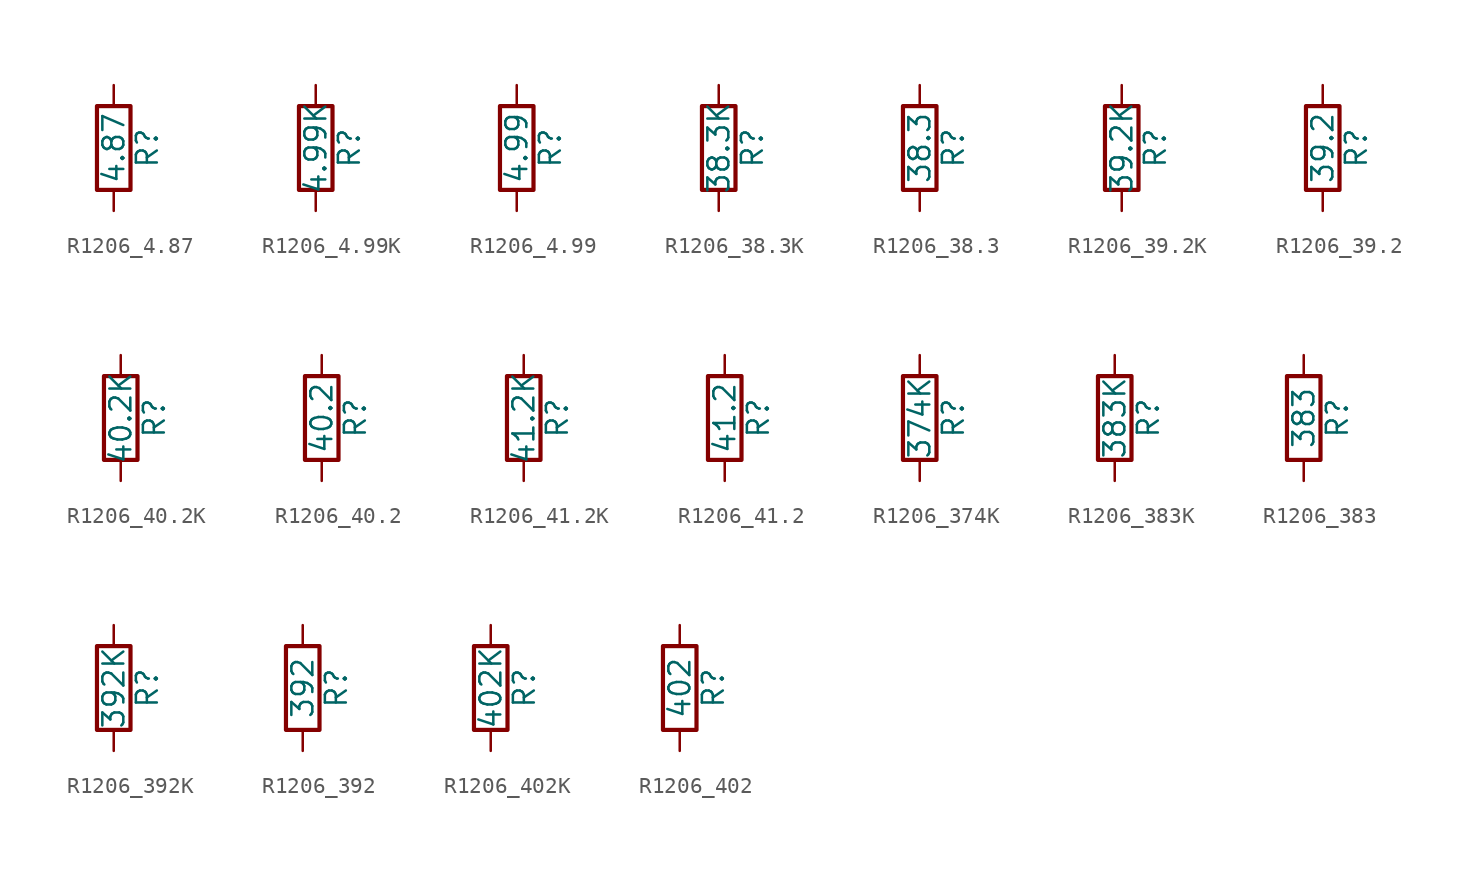
<source format=kicad_sym>
(kicad_symbol_lib
  (version 20211014)
  (generator atlantix-eda)
  (symbol "R1206_4.87"
    (pin_numbers hide)
    (pin_names
      (offset 0))
    (property "Reference" "R"
      (at 2.032 0 90)
      (effects (font (size 1.27 1.27))))
    (property "Value" "4.87"
      (at 0 0 90)
      (effects (font (size 1.27 1.27))))
    (symbol "R1206_4.87_0_1"
      (rectangle (start -1.016 -2.54) (end 1.016 2.54) (stroke (width 0.254) (type default) (color 0 0 0 0)) (fill (type none))))
    (symbol "R1206_4.87_1_1"
      (pin passive line (at 0 3.81 270) (length 1.27) (name "~" (effects (font (size 1.27 1.27)))) (number "1" (effects (font (size 1.27 1.27)))))
      (pin passive line (at 0 -3.81 90) (length 1.27) (name "~" (effects (font (size 1.27 1.27)))) (number "2" (effects (font (size 1.27 1.27)))))))
  (symbol "R1206_4.99K"
    (pin_numbers hide)
    (pin_names
      (offset 0))
    (property "Reference" "R"
      (at 2.032 0 90)
      (effects (font (size 1.27 1.27))))
    (property "Value" "4.99K"
      (at 0 0 90)
      (effects (font (size 1.27 1.27))))
    (symbol "R1206_4.99K_0_1"
      (rectangle (start -1.016 -2.54) (end 1.016 2.54) (stroke (width 0.254) (type default) (color 0 0 0 0)) (fill (type none))))
    (symbol "R1206_4.99K_1_1"
      (pin passive line (at 0 3.81 270) (length 1.27) (name "~" (effects (font (size 1.27 1.27)))) (number "1" (effects (font (size 1.27 1.27)))))
      (pin passive line (at 0 -3.81 90) (length 1.27) (name "~" (effects (font (size 1.27 1.27)))) (number "2" (effects (font (size 1.27 1.27)))))))
  (symbol "R1206_4.99"
    (pin_numbers hide)
    (pin_names
      (offset 0))
    (property "Reference" "R"
      (at 2.032 0 90)
      (effects (font (size 1.27 1.27))))
    (property "Value" "4.99"
      (at 0 0 90)
      (effects (font (size 1.27 1.27))))
    (symbol "R1206_4.99_0_1"
      (rectangle (start -1.016 -2.54) (end 1.016 2.54) (stroke (width 0.254) (type default) (color 0 0 0 0)) (fill (type none))))
    (symbol "R1206_4.99_1_1"
      (pin passive line (at 0 3.81 270) (length 1.27) (name "~" (effects (font (size 1.27 1.27)))) (number "1" (effects (font (size 1.27 1.27)))))
      (pin passive line (at 0 -3.81 90) (length 1.27) (name "~" (effects (font (size 1.27 1.27)))) (number "2" (effects (font (size 1.27 1.27)))))))
  (symbol "R1206_38.3K"
    (pin_numbers hide)
    (pin_names
      (offset 0))
    (property "Reference" "R"
      (at 2.032 0 90)
      (effects (font (size 1.27 1.27))))
    (property "Value" "38.3K"
      (at 0 0 90)
      (effects (font (size 1.27 1.27))))
    (symbol "R1206_38.3K_0_1"
      (rectangle (start -1.016 -2.54) (end 1.016 2.54) (stroke (width 0.254) (type default) (color 0 0 0 0)) (fill (type none))))
    (symbol "R1206_38.3K_1_1"
      (pin passive line (at 0 3.81 270) (length 1.27) (name "~" (effects (font (size 1.27 1.27)))) (number "1" (effects (font (size 1.27 1.27)))))
      (pin passive line (at 0 -3.81 90) (length 1.27) (name "~" (effects (font (size 1.27 1.27)))) (number "2" (effects (font (size 1.27 1.27)))))))
  (symbol "R1206_38.3"
    (pin_numbers hide)
    (pin_names
      (offset 0))
    (property "Reference" "R"
      (at 2.032 0 90)
      (effects (font (size 1.27 1.27))))
    (property "Value" "38.3"
      (at 0 0 90)
      (effects (font (size 1.27 1.27))))
    (symbol "R1206_38.3_0_1"
      (rectangle (start -1.016 -2.54) (end 1.016 2.54) (stroke (width 0.254) (type default) (color 0 0 0 0)) (fill (type none))))
    (symbol "R1206_38.3_1_1"
      (pin passive line (at 0 3.81 270) (length 1.27) (name "~" (effects (font (size 1.27 1.27)))) (number "1" (effects (font (size 1.27 1.27)))))
      (pin passive line (at 0 -3.81 90) (length 1.27) (name "~" (effects (font (size 1.27 1.27)))) (number "2" (effects (font (size 1.27 1.27)))))))
  (symbol "R1206_39.2K"
    (pin_numbers hide)
    (pin_names
      (offset 0))
    (property "Reference" "R"
      (at 2.032 0 90)
      (effects (font (size 1.27 1.27))))
    (property "Value" "39.2K"
      (at 0 0 90)
      (effects (font (size 1.27 1.27))))
    (symbol "R1206_39.2K_0_1"
      (rectangle (start -1.016 -2.54) (end 1.016 2.54) (stroke (width 0.254) (type default) (color 0 0 0 0)) (fill (type none))))
    (symbol "R1206_39.2K_1_1"
      (pin passive line (at 0 3.81 270) (length 1.27) (name "~" (effects (font (size 1.27 1.27)))) (number "1" (effects (font (size 1.27 1.27)))))
      (pin passive line (at 0 -3.81 90) (length 1.27) (name "~" (effects (font (size 1.27 1.27)))) (number "2" (effects (font (size 1.27 1.27)))))))
  (symbol "R1206_39.2"
    (pin_numbers hide)
    (pin_names
      (offset 0))
    (property "Reference" "R"
      (at 2.032 0 90)
      (effects (font (size 1.27 1.27))))
    (property "Value" "39.2"
      (at 0 0 90)
      (effects (font (size 1.27 1.27))))
    (symbol "R1206_39.2_0_1"
      (rectangle (start -1.016 -2.54) (end 1.016 2.54) (stroke (width 0.254) (type default) (color 0 0 0 0)) (fill (type none))))
    (symbol "R1206_39.2_1_1"
      (pin passive line (at 0 3.81 270) (length 1.27) (name "~" (effects (font (size 1.27 1.27)))) (number "1" (effects (font (size 1.27 1.27)))))
      (pin passive line (at 0 -3.81 90) (length 1.27) (name "~" (effects (font (size 1.27 1.27)))) (number "2" (effects (font (size 1.27 1.27)))))))
  (symbol "R1206_40.2K"
    (pin_numbers hide)
    (pin_names
      (offset 0))
    (property "Reference" "R"
      (at 2.032 0 90)
      (effects (font (size 1.27 1.27))))
    (property "Value" "40.2K"
      (at 0 0 90)
      (effects (font (size 1.27 1.27))))
    (symbol "R1206_40.2K_0_1"
      (rectangle (start -1.016 -2.54) (end 1.016 2.54) (stroke (width 0.254) (type default) (color 0 0 0 0)) (fill (type none))))
    (symbol "R1206_40.2K_1_1"
      (pin passive line (at 0 3.81 270) (length 1.27) (name "~" (effects (font (size 1.27 1.27)))) (number "1" (effects (font (size 1.27 1.27)))))
      (pin passive line (at 0 -3.81 90) (length 1.27) (name "~" (effects (font (size 1.27 1.27)))) (number "2" (effects (font (size 1.27 1.27)))))))
  (symbol "R1206_40.2"
    (pin_numbers hide)
    (pin_names
      (offset 0))
    (property "Reference" "R"
      (at 2.032 0 90)
      (effects (font (size 1.27 1.27))))
    (property "Value" "40.2"
      (at 0 0 90)
      (effects (font (size 1.27 1.27))))
    (symbol "R1206_40.2_0_1"
      (rectangle (start -1.016 -2.54) (end 1.016 2.54) (stroke (width 0.254) (type default) (color 0 0 0 0)) (fill (type none))))
    (symbol "R1206_40.2_1_1"
      (pin passive line (at 0 3.81 270) (length 1.27) (name "~" (effects (font (size 1.27 1.27)))) (number "1" (effects (font (size 1.27 1.27)))))
      (pin passive line (at 0 -3.81 90) (length 1.27) (name "~" (effects (font (size 1.27 1.27)))) (number "2" (effects (font (size 1.27 1.27)))))))
  (symbol "R1206_41.2K"
    (pin_numbers hide)
    (pin_names
      (offset 0))
    (property "Reference" "R"
      (at 2.032 0 90)
      (effects (font (size 1.27 1.27))))
    (property "Value" "41.2K"
      (at 0 0 90)
      (effects (font (size 1.27 1.27))))
    (symbol "R1206_41.2K_0_1"
      (rectangle (start -1.016 -2.54) (end 1.016 2.54) (stroke (width 0.254) (type default) (color 0 0 0 0)) (fill (type none))))
    (symbol "R1206_41.2K_1_1"
      (pin passive line (at 0 3.81 270) (length 1.27) (name "~" (effects (font (size 1.27 1.27)))) (number "1" (effects (font (size 1.27 1.27)))))
      (pin passive line (at 0 -3.81 90) (length 1.27) (name "~" (effects (font (size 1.27 1.27)))) (number "2" (effects (font (size 1.27 1.27)))))))
  (symbol "R1206_41.2"
    (pin_numbers hide)
    (pin_names
      (offset 0))
    (property "Reference" "R"
      (at 2.032 0 90)
      (effects (font (size 1.27 1.27))))
    (property "Value" "41.2"
      (at 0 0 90)
      (effects (font (size 1.27 1.27))))
    (symbol "R1206_41.2_0_1"
      (rectangle (start -1.016 -2.54) (end 1.016 2.54) (stroke (width 0.254) (type default) (color 0 0 0 0)) (fill (type none))))
    (symbol "R1206_41.2_1_1"
      (pin passive line (at 0 3.81 270) (length 1.27) (name "~" (effects (font (size 1.27 1.27)))) (number "1" (effects (font (size 1.27 1.27)))))
      (pin passive line (at 0 -3.81 90) (length 1.27) (name "~" (effects (font (size 1.27 1.27)))) (number "2" (effects (font (size 1.27 1.27)))))))
  (symbol "R1206_374K"
    (pin_numbers hide)
    (pin_names
      (offset 0))
    (property "Reference" "R"
      (at 2.032 0 90)
      (effects (font (size 1.27 1.27))))
    (property "Value" "374K"
      (at 0 0 90)
      (effects (font (size 1.27 1.27))))
    (symbol "R1206_374K_0_1"
      (rectangle (start -1.016 -2.54) (end 1.016 2.54) (stroke (width 0.254) (type default) (color 0 0 0 0)) (fill (type none))))
    (symbol "R1206_374K_1_1"
      (pin passive line (at 0 3.81 270) (length 1.27) (name "~" (effects (font (size 1.27 1.27)))) (number "1" (effects (font (size 1.27 1.27)))))
      (pin passive line (at 0 -3.81 90) (length 1.27) (name "~" (effects (font (size 1.27 1.27)))) (number "2" (effects (font (size 1.27 1.27)))))))
  (symbol "R1206_383K"
    (pin_numbers hide)
    (pin_names
      (offset 0))
    (property "Reference" "R"
      (at 2.032 0 90)
      (effects (font (size 1.27 1.27))))
    (property "Value" "383K"
      (at 0 0 90)
      (effects (font (size 1.27 1.27))))
    (symbol "R1206_383K_0_1"
      (rectangle (start -1.016 -2.54) (end 1.016 2.54) (stroke (width 0.254) (type default) (color 0 0 0 0)) (fill (type none))))
    (symbol "R1206_383K_1_1"
      (pin passive line (at 0 3.81 270) (length 1.27) (name "~" (effects (font (size 1.27 1.27)))) (number "1" (effects (font (size 1.27 1.27)))))
      (pin passive line (at 0 -3.81 90) (length 1.27) (name "~" (effects (font (size 1.27 1.27)))) (number "2" (effects (font (size 1.27 1.27)))))))
  (symbol "R1206_383"
    (pin_numbers hide)
    (pin_names
      (offset 0))
    (property "Reference" "R"
      (at 2.032 0 90)
      (effects (font (size 1.27 1.27))))
    (property "Value" "383"
      (at 0 0 90)
      (effects (font (size 1.27 1.27))))
    (symbol "R1206_383_0_1"
      (rectangle (start -1.016 -2.54) (end 1.016 2.54) (stroke (width 0.254) (type default) (color 0 0 0 0)) (fill (type none))))
    (symbol "R1206_383_1_1"
      (pin passive line (at 0 3.81 270) (length 1.27) (name "~" (effects (font (size 1.27 1.27)))) (number "1" (effects (font (size 1.27 1.27)))))
      (pin passive line (at 0 -3.81 90) (length 1.27) (name "~" (effects (font (size 1.27 1.27)))) (number "2" (effects (font (size 1.27 1.27)))))))
  (symbol "R1206_392K"
    (pin_numbers hide)
    (pin_names
      (offset 0))
    (property "Reference" "R"
      (at 2.032 0 90)
      (effects (font (size 1.27 1.27))))
    (property "Value" "392K"
      (at 0 0 90)
      (effects (font (size 1.27 1.27))))
    (symbol "R1206_392K_0_1"
      (rectangle (start -1.016 -2.54) (end 1.016 2.54) (stroke (width 0.254) (type default) (color 0 0 0 0)) (fill (type none))))
    (symbol "R1206_392K_1_1"
      (pin passive line (at 0 3.81 270) (length 1.27) (name "~" (effects (font (size 1.27 1.27)))) (number "1" (effects (font (size 1.27 1.27)))))
      (pin passive line (at 0 -3.81 90) (length 1.27) (name "~" (effects (font (size 1.27 1.27)))) (number "2" (effects (font (size 1.27 1.27)))))))
  (symbol "R1206_392"
    (pin_numbers hide)
    (pin_names
      (offset 0))
    (property "Reference" "R"
      (at 2.032 0 90)
      (effects (font (size 1.27 1.27))))
    (property "Value" "392"
      (at 0 0 90)
      (effects (font (size 1.27 1.27))))
    (symbol "R1206_392_0_1"
      (rectangle (start -1.016 -2.54) (end 1.016 2.54) (stroke (width 0.254) (type default) (color 0 0 0 0)) (fill (type none))))
    (symbol "R1206_392_1_1"
      (pin passive line (at 0 3.81 270) (length 1.27) (name "~" (effects (font (size 1.27 1.27)))) (number "1" (effects (font (size 1.27 1.27)))))
      (pin passive line (at 0 -3.81 90) (length 1.27) (name "~" (effects (font (size 1.27 1.27)))) (number "2" (effects (font (size 1.27 1.27)))))))
  (symbol "R1206_402K"
    (pin_numbers hide)
    (pin_names
      (offset 0))
    (property "Reference" "R"
      (at 2.032 0 90)
      (effects (font (size 1.27 1.27))))
    (property "Value" "402K"
      (at 0 0 90)
      (effects (font (size 1.27 1.27))))
    (symbol "R1206_402K_0_1"
      (rectangle (start -1.016 -2.54) (end 1.016 2.54) (stroke (width 0.254) (type default) (color 0 0 0 0)) (fill (type none))))
    (symbol "R1206_402K_1_1"
      (pin passive line (at 0 3.81 270) (length 1.27) (name "~" (effects (font (size 1.27 1.27)))) (number "1" (effects (font (size 1.27 1.27)))))
      (pin passive line (at 0 -3.81 90) (length 1.27) (name "~" (effects (font (size 1.27 1.27)))) (number "2" (effects (font (size 1.27 1.27)))))))
  (symbol "R1206_402"
    (pin_numbers hide)
    (pin_names
      (offset 0))
    (property "Reference" "R"
      (at 2.032 0 90)
      (effects (font (size 1.27 1.27))))
    (property "Value" "402"
      (at 0 0 90)
      (effects (font (size 1.27 1.27))))
    (symbol "R1206_402_0_1"
      (rectangle (start -1.016 -2.54) (end 1.016 2.54) (stroke (width 0.254) (type default) (color 0 0 0 0)) (fill (type none))))
    (symbol "R1206_402_1_1"
      (pin passive line (at 0 3.81 270) (length 1.27) (name "~" (effects (font (size 1.27 1.27)))) (number "1" (effects (font (size 1.27 1.27)))))
      (pin passive line (at 0 -3.81 90) (length 1.27) (name "~" (effects (font (size 1.27 1.27)))) (number "2" (effects (font (size 1.27 1.27))))))))
</source>
